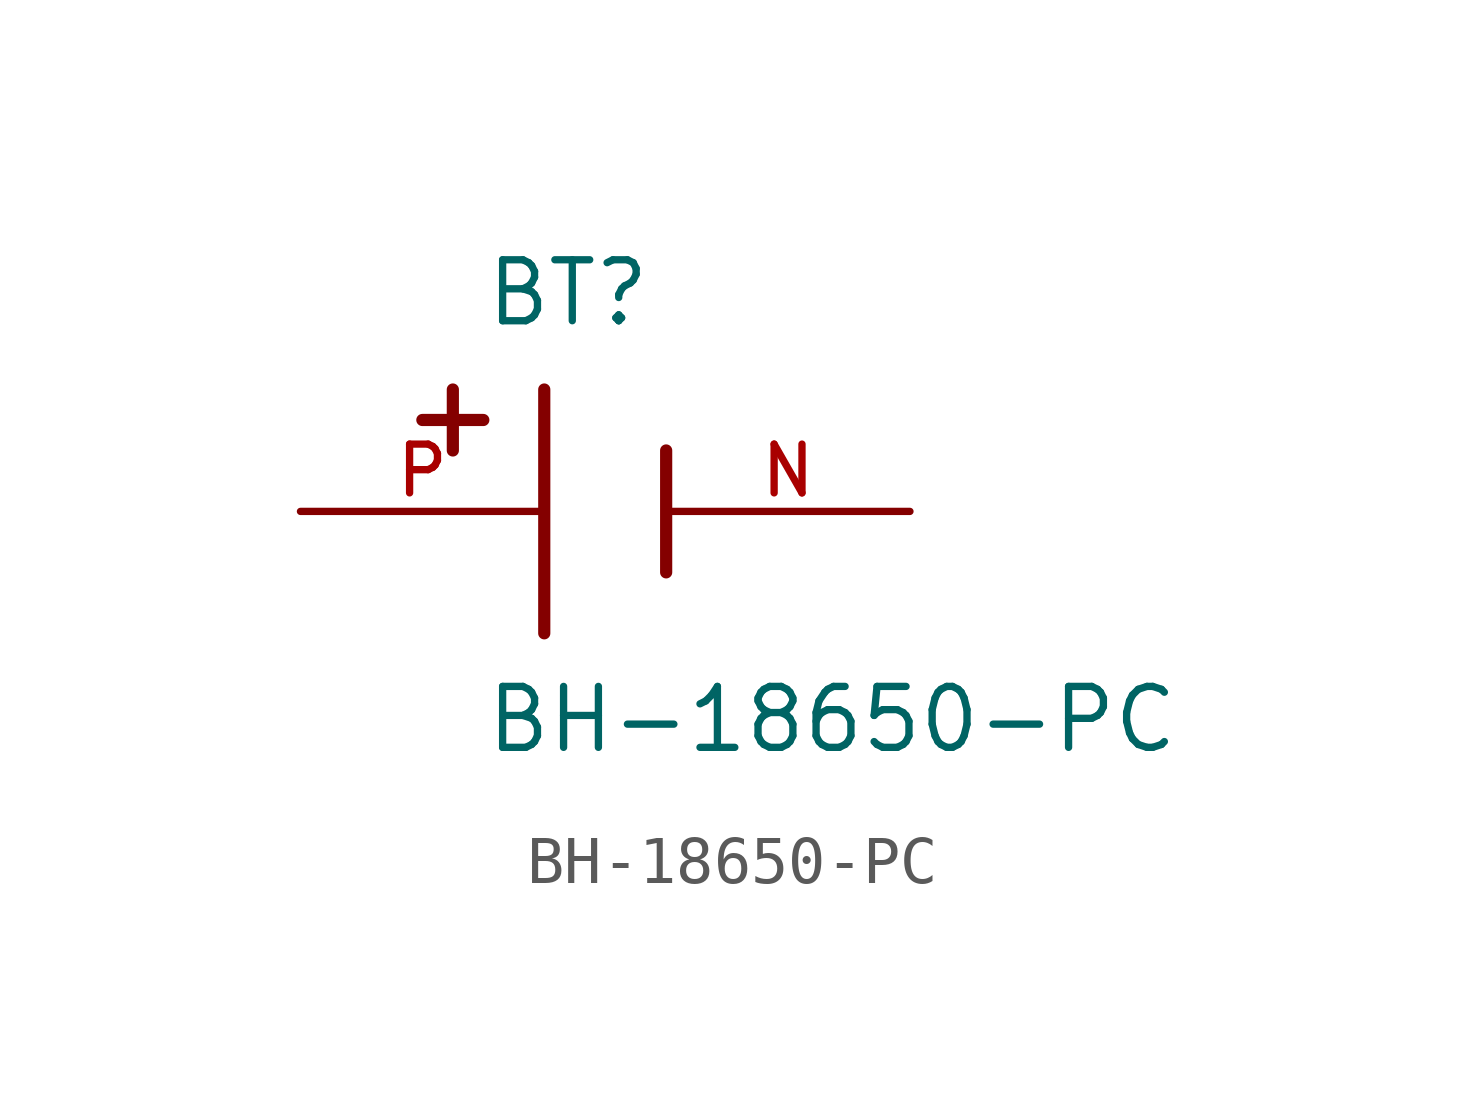
<source format=kicad_sym>
(kicad_symbol_lib
  (version 20211014)
  (generator kicad_symbol_editor)
  (symbol "BH-18650-PC"
    (pin_names
      (offset 1.016))
    (property "Reference" "BT"
      (at -3.81 3.81 0)
      (effects (font (size 1.27 1.27)) (justify bottom left)))
    (property "Value" "BH-18650-PC"
      (at -3.81 -5.08 0)
      (effects (font (size 1.27 1.27)) (justify bottom left)))
    (symbol "BH-18650-PC_0_0"
      (polyline (pts (xy -2.54 2.54) (xy -2.54 -2.54)) (stroke (width 0.254)))
      (polyline (pts (xy 0.0 1.27) (xy 0.0 -1.27)) (stroke (width 0.254)))
      (polyline (pts (xy -4.445 2.54) (xy -4.445 1.27)) (stroke (width 0.254)))
      (polyline (pts (xy -5.08 1.905) (xy -3.81 1.905)) (stroke (width 0.254)))
      (pin passive line (at -7.62 0.0 0) (length 5.08) (name "~" (effects (font (size 1.016 1.016)))) (number "P" (effects (font (size 1.016 1.016)))))
      (pin passive line (at 5.08 0.0 180.0) (length 5.08) (name "~" (effects (font (size 1.016 1.016)))) (number "N" (effects (font (size 1.016 1.016))))))))
</source>
